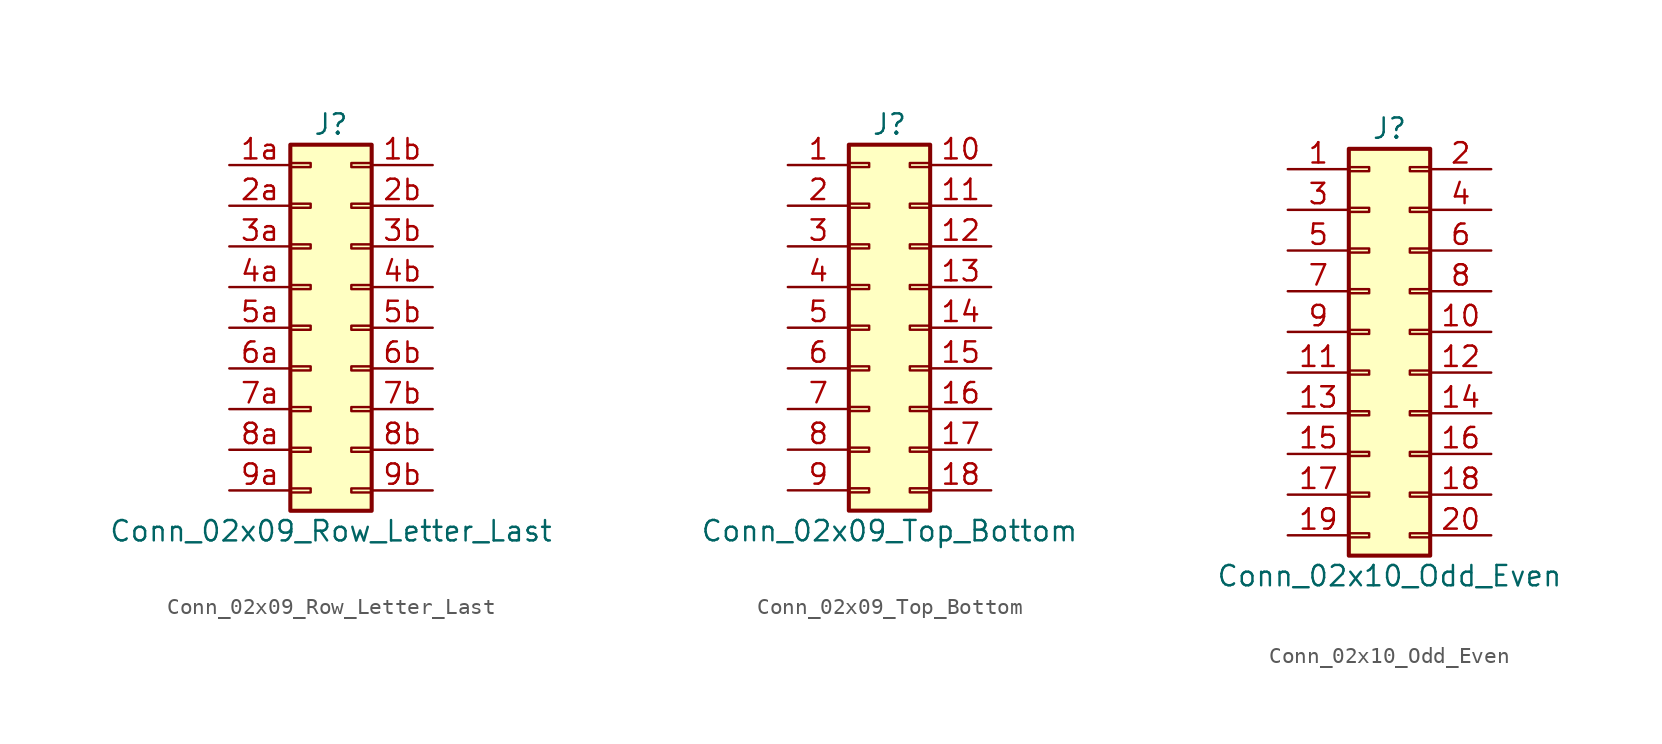
<source format=kicad_sym>
(kicad_symbol_lib
  (version 20201005)
  (generator kicad_symbol_editor)
  (symbol "Conn_02x09_Row_Letter_Last"
    (pin_names
      (offset 1.016) hide)
    (property "Reference" "J"
      (at 1.27 12.7 0)
      (effects (font (size 1.27 1.27))))
    (property "Value" "Conn_02x09_Row_Letter_Last"
      (at 1.27 -12.7 0)
      (effects (font (size 1.27 1.27))))
    (symbol "Conn_02x09_Row_Letter_Last_1_1"
      (rectangle (start -1.27 -10.033) (end 0 -10.287) (stroke (width 0.152)) (fill (type none)))
      (rectangle (start -1.27 -7.493) (end 0 -7.747) (stroke (width 0.152)) (fill (type none)))
      (rectangle (start -1.27 -4.953) (end 0 -5.207) (stroke (width 0.152)) (fill (type none)))
      (rectangle (start -1.27 -2.413) (end 0 -2.667) (stroke (width 0.152)) (fill (type none)))
      (rectangle (start -1.27 0.127) (end 0 -0.127) (stroke (width 0.152)) (fill (type none)))
      (rectangle (start -1.27 2.667) (end 0 2.413) (stroke (width 0.152)) (fill (type none)))
      (rectangle (start -1.27 5.207) (end 0 4.953) (stroke (width 0.152)) (fill (type none)))
      (rectangle (start -1.27 7.747) (end 0 7.493) (stroke (width 0.152)) (fill (type none)))
      (rectangle (start -1.27 10.287) (end 0 10.033) (stroke (width 0.152)) (fill (type none)))
      (rectangle (start -1.27 11.43) (end 3.81 -11.43) (stroke (width 0.254)) (fill (type background)))
      (rectangle (start 3.81 -10.033) (end 2.54 -10.287) (stroke (width 0.152)) (fill (type none)))
      (rectangle (start 3.81 -7.493) (end 2.54 -7.747) (stroke (width 0.152)) (fill (type none)))
      (rectangle (start 3.81 -4.953) (end 2.54 -5.207) (stroke (width 0.152)) (fill (type none)))
      (rectangle (start 3.81 -2.413) (end 2.54 -2.667) (stroke (width 0.152)) (fill (type none)))
      (rectangle (start 3.81 0.127) (end 2.54 -0.127) (stroke (width 0.152)) (fill (type none)))
      (rectangle (start 3.81 2.667) (end 2.54 2.413) (stroke (width 0.152)) (fill (type none)))
      (rectangle (start 3.81 5.207) (end 2.54 4.953) (stroke (width 0.152)) (fill (type none)))
      (rectangle (start 3.81 7.747) (end 2.54 7.493) (stroke (width 0.152)) (fill (type none)))
      (rectangle (start 3.81 10.287) (end 2.54 10.033) (stroke (width 0.152)) (fill (type none)))
      (pin passive line (at -5.08 10.16 0) (length 3.81) (name "Pin_1a" (effects (font (size 1.27 1.27)))) (number "1a" (effects (font (size 1.27 1.27)))))
      (pin passive line (at 7.62 10.16 180) (length 3.81) (name "Pin_1b" (effects (font (size 1.27 1.27)))) (number "1b" (effects (font (size 1.27 1.27)))))
      (pin passive line (at -5.08 7.62 0) (length 3.81) (name "Pin_2a" (effects (font (size 1.27 1.27)))) (number "2a" (effects (font (size 1.27 1.27)))))
      (pin passive line (at 7.62 7.62 180) (length 3.81) (name "Pin_2b" (effects (font (size 1.27 1.27)))) (number "2b" (effects (font (size 1.27 1.27)))))
      (pin passive line (at -5.08 5.08 0) (length 3.81) (name "Pin_3a" (effects (font (size 1.27 1.27)))) (number "3a" (effects (font (size 1.27 1.27)))))
      (pin passive line (at 7.62 5.08 180) (length 3.81) (name "Pin_3b" (effects (font (size 1.27 1.27)))) (number "3b" (effects (font (size 1.27 1.27)))))
      (pin passive line (at -5.08 2.54 0) (length 3.81) (name "Pin_4a" (effects (font (size 1.27 1.27)))) (number "4a" (effects (font (size 1.27 1.27)))))
      (pin passive line (at 7.62 2.54 180) (length 3.81) (name "Pin_4b" (effects (font (size 1.27 1.27)))) (number "4b" (effects (font (size 1.27 1.27)))))
      (pin passive line (at -5.08 0 0) (length 3.81) (name "Pin_5a" (effects (font (size 1.27 1.27)))) (number "5a" (effects (font (size 1.27 1.27)))))
      (pin passive line (at 7.62 0 180) (length 3.81) (name "Pin_5b" (effects (font (size 1.27 1.27)))) (number "5b" (effects (font (size 1.27 1.27)))))
      (pin passive line (at -5.08 -2.54 0) (length 3.81) (name "Pin_6a" (effects (font (size 1.27 1.27)))) (number "6a" (effects (font (size 1.27 1.27)))))
      (pin passive line (at 7.62 -2.54 180) (length 3.81) (name "Pin_6b" (effects (font (size 1.27 1.27)))) (number "6b" (effects (font (size 1.27 1.27)))))
      (pin passive line (at -5.08 -5.08 0) (length 3.81) (name "Pin_7a" (effects (font (size 1.27 1.27)))) (number "7a" (effects (font (size 1.27 1.27)))))
      (pin passive line (at 7.62 -5.08 180) (length 3.81) (name "Pin_7b" (effects (font (size 1.27 1.27)))) (number "7b" (effects (font (size 1.27 1.27)))))
      (pin passive line (at -5.08 -7.62 0) (length 3.81) (name "Pin_8a" (effects (font (size 1.27 1.27)))) (number "8a" (effects (font (size 1.27 1.27)))))
      (pin passive line (at 7.62 -7.62 180) (length 3.81) (name "Pin_8b" (effects (font (size 1.27 1.27)))) (number "8b" (effects (font (size 1.27 1.27)))))
      (pin passive line (at -5.08 -10.16 0) (length 3.81) (name "Pin_9a" (effects (font (size 1.27 1.27)))) (number "9a" (effects (font (size 1.27 1.27)))))
      (pin passive line (at 7.62 -10.16 180) (length 3.81) (name "Pin_9b" (effects (font (size 1.27 1.27)))) (number "9b" (effects (font (size 1.27 1.27)))))))
  (symbol "Conn_02x09_Top_Bottom"
    (pin_names
      (offset 1.016) hide)
    (property "Reference" "J"
      (at 1.27 12.7 0)
      (effects (font (size 1.27 1.27))))
    (property "Value" "Conn_02x09_Top_Bottom"
      (at 1.27 -12.7 0)
      (effects (font (size 1.27 1.27))))
    (symbol "Conn_02x09_Top_Bottom_1_1"
      (rectangle (start -1.27 -10.033) (end 0 -10.287) (stroke (width 0.152)) (fill (type none)))
      (rectangle (start -1.27 -7.493) (end 0 -7.747) (stroke (width 0.152)) (fill (type none)))
      (rectangle (start -1.27 -4.953) (end 0 -5.207) (stroke (width 0.152)) (fill (type none)))
      (rectangle (start -1.27 -2.413) (end 0 -2.667) (stroke (width 0.152)) (fill (type none)))
      (rectangle (start -1.27 0.127) (end 0 -0.127) (stroke (width 0.152)) (fill (type none)))
      (rectangle (start -1.27 2.667) (end 0 2.413) (stroke (width 0.152)) (fill (type none)))
      (rectangle (start -1.27 5.207) (end 0 4.953) (stroke (width 0.152)) (fill (type none)))
      (rectangle (start -1.27 7.747) (end 0 7.493) (stroke (width 0.152)) (fill (type none)))
      (rectangle (start -1.27 10.287) (end 0 10.033) (stroke (width 0.152)) (fill (type none)))
      (rectangle (start -1.27 11.43) (end 3.81 -11.43) (stroke (width 0.254)) (fill (type background)))
      (rectangle (start 3.81 -10.033) (end 2.54 -10.287) (stroke (width 0.152)) (fill (type none)))
      (rectangle (start 3.81 -7.493) (end 2.54 -7.747) (stroke (width 0.152)) (fill (type none)))
      (rectangle (start 3.81 -4.953) (end 2.54 -5.207) (stroke (width 0.152)) (fill (type none)))
      (rectangle (start 3.81 -2.413) (end 2.54 -2.667) (stroke (width 0.152)) (fill (type none)))
      (rectangle (start 3.81 0.127) (end 2.54 -0.127) (stroke (width 0.152)) (fill (type none)))
      (rectangle (start 3.81 2.667) (end 2.54 2.413) (stroke (width 0.152)) (fill (type none)))
      (rectangle (start 3.81 5.207) (end 2.54 4.953) (stroke (width 0.152)) (fill (type none)))
      (rectangle (start 3.81 7.747) (end 2.54 7.493) (stroke (width 0.152)) (fill (type none)))
      (rectangle (start 3.81 10.287) (end 2.54 10.033) (stroke (width 0.152)) (fill (type none)))
      (pin passive line (at -5.08 10.16 0) (length 3.81) (name "Pin_1" (effects (font (size 1.27 1.27)))) (number "1" (effects (font (size 1.27 1.27)))))
      (pin passive line (at 7.62 10.16 180) (length 3.81) (name "Pin_10" (effects (font (size 1.27 1.27)))) (number "10" (effects (font (size 1.27 1.27)))))
      (pin passive line (at 7.62 7.62 180) (length 3.81) (name "Pin_11" (effects (font (size 1.27 1.27)))) (number "11" (effects (font (size 1.27 1.27)))))
      (pin passive line (at 7.62 5.08 180) (length 3.81) (name "Pin_12" (effects (font (size 1.27 1.27)))) (number "12" (effects (font (size 1.27 1.27)))))
      (pin passive line (at 7.62 2.54 180) (length 3.81) (name "Pin_13" (effects (font (size 1.27 1.27)))) (number "13" (effects (font (size 1.27 1.27)))))
      (pin passive line (at 7.62 0 180) (length 3.81) (name "Pin_14" (effects (font (size 1.27 1.27)))) (number "14" (effects (font (size 1.27 1.27)))))
      (pin passive line (at 7.62 -2.54 180) (length 3.81) (name "Pin_15" (effects (font (size 1.27 1.27)))) (number "15" (effects (font (size 1.27 1.27)))))
      (pin passive line (at 7.62 -5.08 180) (length 3.81) (name "Pin_16" (effects (font (size 1.27 1.27)))) (number "16" (effects (font (size 1.27 1.27)))))
      (pin passive line (at 7.62 -7.62 180) (length 3.81) (name "Pin_17" (effects (font (size 1.27 1.27)))) (number "17" (effects (font (size 1.27 1.27)))))
      (pin passive line (at 7.62 -10.16 180) (length 3.81) (name "Pin_18" (effects (font (size 1.27 1.27)))) (number "18" (effects (font (size 1.27 1.27)))))
      (pin passive line (at -5.08 7.62 0) (length 3.81) (name "Pin_2" (effects (font (size 1.27 1.27)))) (number "2" (effects (font (size 1.27 1.27)))))
      (pin passive line (at -5.08 5.08 0) (length 3.81) (name "Pin_3" (effects (font (size 1.27 1.27)))) (number "3" (effects (font (size 1.27 1.27)))))
      (pin passive line (at -5.08 2.54 0) (length 3.81) (name "Pin_4" (effects (font (size 1.27 1.27)))) (number "4" (effects (font (size 1.27 1.27)))))
      (pin passive line (at -5.08 0 0) (length 3.81) (name "Pin_5" (effects (font (size 1.27 1.27)))) (number "5" (effects (font (size 1.27 1.27)))))
      (pin passive line (at -5.08 -2.54 0) (length 3.81) (name "Pin_6" (effects (font (size 1.27 1.27)))) (number "6" (effects (font (size 1.27 1.27)))))
      (pin passive line (at -5.08 -5.08 0) (length 3.81) (name "Pin_7" (effects (font (size 1.27 1.27)))) (number "7" (effects (font (size 1.27 1.27)))))
      (pin passive line (at -5.08 -7.62 0) (length 3.81) (name "Pin_8" (effects (font (size 1.27 1.27)))) (number "8" (effects (font (size 1.27 1.27)))))
      (pin passive line (at -5.08 -10.16 0) (length 3.81) (name "Pin_9" (effects (font (size 1.27 1.27)))) (number "9" (effects (font (size 1.27 1.27)))))))
  (symbol "Conn_02x10_Odd_Even"
    (pin_names
      (offset 1.016) hide)
    (property "Reference" "J"
      (at 1.27 12.7 0)
      (effects (font (size 1.27 1.27))))
    (property "Value" "Conn_02x10_Odd_Even"
      (at 1.27 -15.24 0)
      (effects (font (size 1.27 1.27))))
    (symbol "Conn_02x10_Odd_Even_1_1"
      (rectangle (start -1.27 -12.573) (end 0 -12.827) (stroke (width 0.152)) (fill (type none)))
      (rectangle (start -1.27 -10.033) (end 0 -10.287) (stroke (width 0.152)) (fill (type none)))
      (rectangle (start -1.27 -7.493) (end 0 -7.747) (stroke (width 0.152)) (fill (type none)))
      (rectangle (start -1.27 -4.953) (end 0 -5.207) (stroke (width 0.152)) (fill (type none)))
      (rectangle (start -1.27 -2.413) (end 0 -2.667) (stroke (width 0.152)) (fill (type none)))
      (rectangle (start -1.27 0.127) (end 0 -0.127) (stroke (width 0.152)) (fill (type none)))
      (rectangle (start -1.27 2.667) (end 0 2.413) (stroke (width 0.152)) (fill (type none)))
      (rectangle (start -1.27 5.207) (end 0 4.953) (stroke (width 0.152)) (fill (type none)))
      (rectangle (start -1.27 7.747) (end 0 7.493) (stroke (width 0.152)) (fill (type none)))
      (rectangle (start -1.27 10.287) (end 0 10.033) (stroke (width 0.152)) (fill (type none)))
      (rectangle (start -1.27 11.43) (end 3.81 -13.97) (stroke (width 0.254)) (fill (type background)))
      (rectangle (start 3.81 -12.573) (end 2.54 -12.827) (stroke (width 0.152)) (fill (type none)))
      (rectangle (start 3.81 -10.033) (end 2.54 -10.287) (stroke (width 0.152)) (fill (type none)))
      (rectangle (start 3.81 -7.493) (end 2.54 -7.747) (stroke (width 0.152)) (fill (type none)))
      (rectangle (start 3.81 -4.953) (end 2.54 -5.207) (stroke (width 0.152)) (fill (type none)))
      (rectangle (start 3.81 -2.413) (end 2.54 -2.667) (stroke (width 0.152)) (fill (type none)))
      (rectangle (start 3.81 0.127) (end 2.54 -0.127) (stroke (width 0.152)) (fill (type none)))
      (rectangle (start 3.81 2.667) (end 2.54 2.413) (stroke (width 0.152)) (fill (type none)))
      (rectangle (start 3.81 5.207) (end 2.54 4.953) (stroke (width 0.152)) (fill (type none)))
      (rectangle (start 3.81 7.747) (end 2.54 7.493) (stroke (width 0.152)) (fill (type none)))
      (rectangle (start 3.81 10.287) (end 2.54 10.033) (stroke (width 0.152)) (fill (type none)))
      (pin passive line (at -5.08 10.16 0) (length 3.81) (name "Pin_1" (effects (font (size 1.27 1.27)))) (number "1" (effects (font (size 1.27 1.27)))))
      (pin passive line (at 7.62 0 180) (length 3.81) (name "Pin_10" (effects (font (size 1.27 1.27)))) (number "10" (effects (font (size 1.27 1.27)))))
      (pin passive line (at -5.08 -2.54 0) (length 3.81) (name "Pin_11" (effects (font (size 1.27 1.27)))) (number "11" (effects (font (size 1.27 1.27)))))
      (pin passive line (at 7.62 -2.54 180) (length 3.81) (name "Pin_12" (effects (font (size 1.27 1.27)))) (number "12" (effects (font (size 1.27 1.27)))))
      (pin passive line (at -5.08 -5.08 0) (length 3.81) (name "Pin_13" (effects (font (size 1.27 1.27)))) (number "13" (effects (font (size 1.27 1.27)))))
      (pin passive line (at 7.62 -5.08 180) (length 3.81) (name "Pin_14" (effects (font (size 1.27 1.27)))) (number "14" (effects (font (size 1.27 1.27)))))
      (pin passive line (at -5.08 -7.62 0) (length 3.81) (name "Pin_15" (effects (font (size 1.27 1.27)))) (number "15" (effects (font (size 1.27 1.27)))))
      (pin passive line (at 7.62 -7.62 180) (length 3.81) (name "Pin_16" (effects (font (size 1.27 1.27)))) (number "16" (effects (font (size 1.27 1.27)))))
      (pin passive line (at -5.08 -10.16 0) (length 3.81) (name "Pin_17" (effects (font (size 1.27 1.27)))) (number "17" (effects (font (size 1.27 1.27)))))
      (pin passive line (at 7.62 -10.16 180) (length 3.81) (name "Pin_18" (effects (font (size 1.27 1.27)))) (number "18" (effects (font (size 1.27 1.27)))))
      (pin passive line (at -5.08 -12.7 0) (length 3.81) (name "Pin_19" (effects (font (size 1.27 1.27)))) (number "19" (effects (font (size 1.27 1.27)))))
      (pin passive line (at 7.62 10.16 180) (length 3.81) (name "Pin_2" (effects (font (size 1.27 1.27)))) (number "2" (effects (font (size 1.27 1.27)))))
      (pin passive line (at 7.62 -12.7 180) (length 3.81) (name "Pin_20" (effects (font (size 1.27 1.27)))) (number "20" (effects (font (size 1.27 1.27)))))
      (pin passive line (at -5.08 7.62 0) (length 3.81) (name "Pin_3" (effects (font (size 1.27 1.27)))) (number "3" (effects (font (size 1.27 1.27)))))
      (pin passive line (at 7.62 7.62 180) (length 3.81) (name "Pin_4" (effects (font (size 1.27 1.27)))) (number "4" (effects (font (size 1.27 1.27)))))
      (pin passive line (at -5.08 5.08 0) (length 3.81) (name "Pin_5" (effects (font (size 1.27 1.27)))) (number "5" (effects (font (size 1.27 1.27)))))
      (pin passive line (at 7.62 5.08 180) (length 3.81) (name "Pin_6" (effects (font (size 1.27 1.27)))) (number "6" (effects (font (size 1.27 1.27)))))
      (pin passive line (at -5.08 2.54 0) (length 3.81) (name "Pin_7" (effects (font (size 1.27 1.27)))) (number "7" (effects (font (size 1.27 1.27)))))
      (pin passive line (at 7.62 2.54 180) (length 3.81) (name "Pin_8" (effects (font (size 1.27 1.27)))) (number "8" (effects (font (size 1.27 1.27)))))
      (pin passive line (at -5.08 0 0) (length 3.81) (name "Pin_9" (effects (font (size 1.27 1.27)))) (number "9" (effects (font (size 1.27 1.27))))))))
</source>
